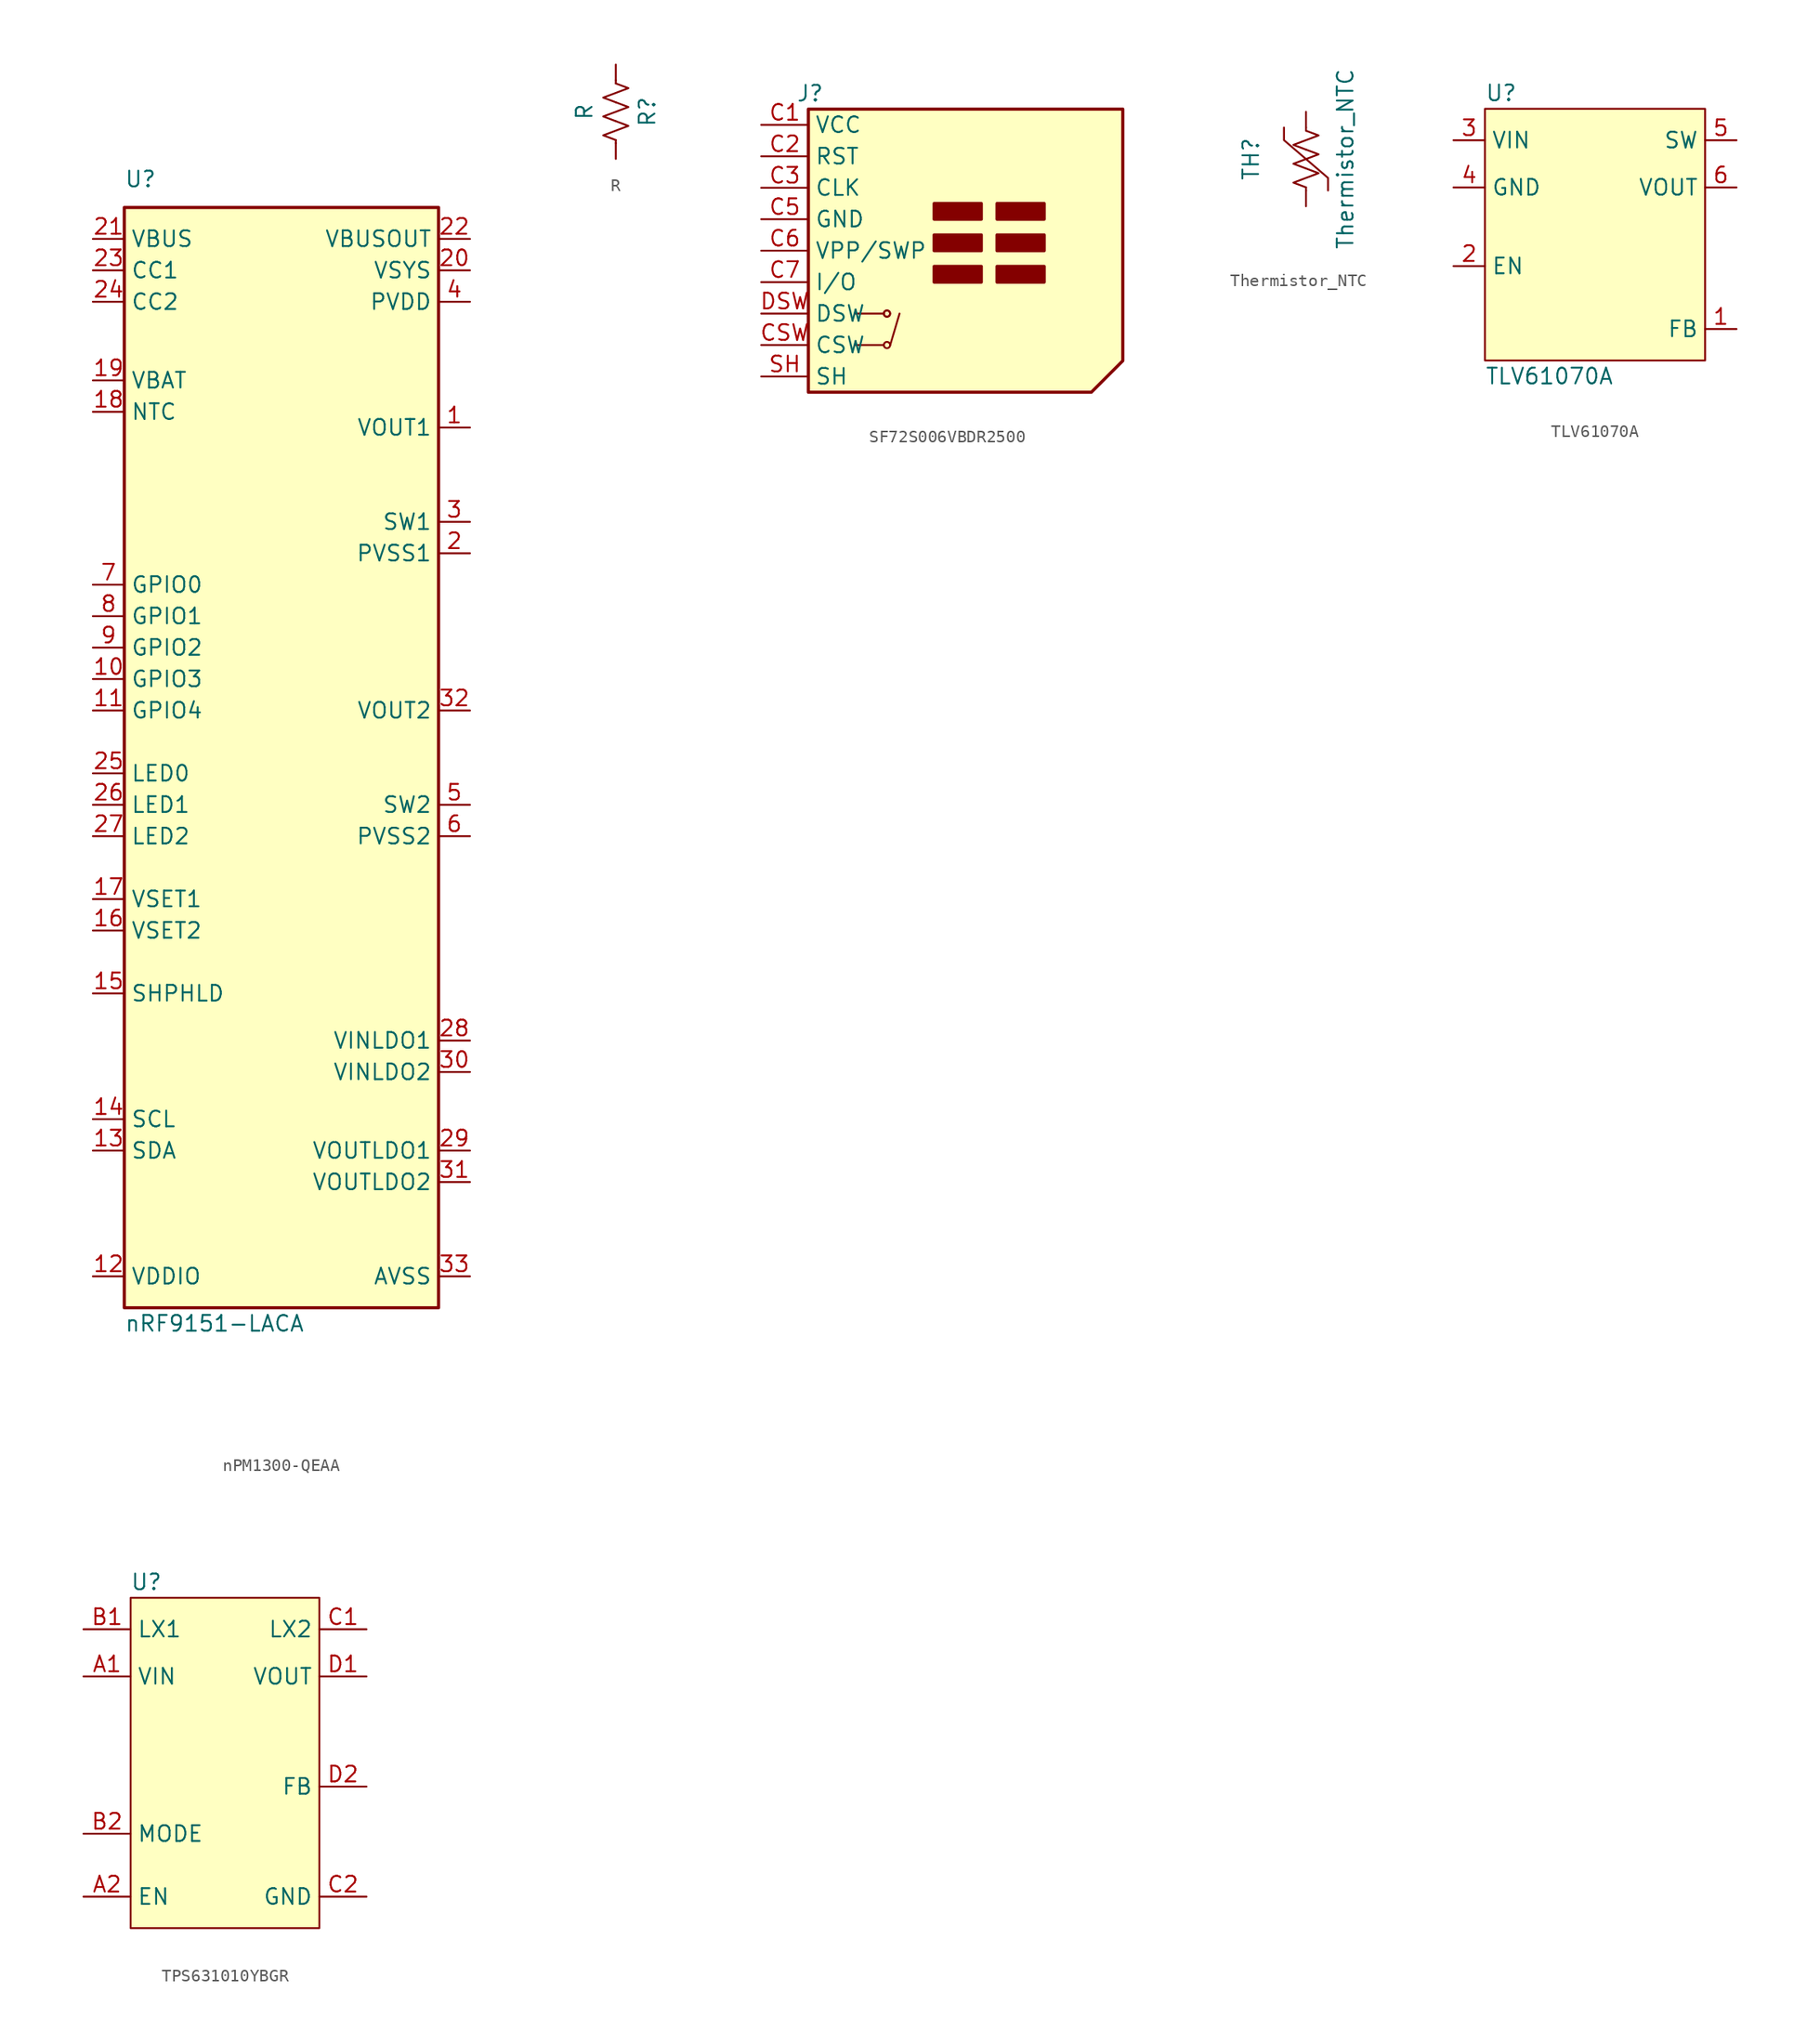
<source format=kicad_sym>
(kicad_symbol_lib
  (version 20241209)
  (generator "kicad_symbol_editor")
  (generator_version "9.0")
  (symbol "nPM1300-QEAA"
    (property "Reference" "U"
      (at -12.7 46.736 0)
      (effects (font (size 1.27 1.27)) (justify left)))
    (property "Value" "nRF9151-LACA"
      (at -12.7 -45.72 0)
      (effects (font (size 1.27 1.27)) (justify left)))
    (symbol "nPM1300-QEAA_1_1"
      (rectangle (start -12.7 44.45) (end 12.7 -44.45) (stroke (width 0.254) (type default)) (fill (type background)))
      (pin power_in line (at -15.24 41.91 0) (length 2.54) (name "VBUS" (effects (font (size 1.27 1.27)))) (number "21" (effects (font (size 1.27 1.27)))))
      (pin bidirectional line (at -15.24 39.37 0) (length 2.54) (name "CC1" (effects (font (size 1.27 1.27)))) (number "23" (effects (font (size 1.27 1.27)))))
      (pin bidirectional line (at -15.24 36.83 0) (length 2.54) (name "CC2" (effects (font (size 1.27 1.27)))) (number "24" (effects (font (size 1.27 1.27)))))
      (pin bidirectional line (at -15.24 30.48 0) (length 2.54) (name "VBAT" (effects (font (size 1.27 1.27)))) (number "19" (effects (font (size 1.27 1.27)))))
      (pin input line (at -15.24 27.94 0) (length 2.54) (name "NTC" (effects (font (size 1.27 1.27)))) (number "18" (effects (font (size 1.27 1.27)))))
      (pin bidirectional line (at -15.24 13.97 0) (length 2.54) (name "GPIO0" (effects (font (size 1.27 1.27)))) (number "7" (effects (font (size 1.27 1.27)))))
      (pin bidirectional line (at -15.24 11.43 0) (length 2.54) (name "GPIO1" (effects (font (size 1.27 1.27)))) (number "8" (effects (font (size 1.27 1.27)))))
      (pin bidirectional line (at -15.24 8.89 0) (length 2.54) (name "GPIO2" (effects (font (size 1.27 1.27)))) (number "9" (effects (font (size 1.27 1.27)))))
      (pin bidirectional line (at -15.24 6.35 0) (length 2.54) (name "GPIO3" (effects (font (size 1.27 1.27)))) (number "10" (effects (font (size 1.27 1.27)))))
      (pin bidirectional line (at -15.24 3.81 0) (length 2.54) (name "GPIO4" (effects (font (size 1.27 1.27)))) (number "11" (effects (font (size 1.27 1.27)))))
      (pin output line (at -15.24 -1.27 0) (length 2.54) (name "LED0" (effects (font (size 1.27 1.27)))) (number "25" (effects (font (size 1.27 1.27)))))
      (pin output line (at -15.24 -3.81 0) (length 2.54) (name "LED1" (effects (font (size 1.27 1.27)))) (number "26" (effects (font (size 1.27 1.27)))))
      (pin output line (at -15.24 -6.35 0) (length 2.54) (name "LED2" (effects (font (size 1.27 1.27)))) (number "27" (effects (font (size 1.27 1.27)))))
      (pin input line (at -15.24 -11.43 0) (length 2.54) (name "VSET1" (effects (font (size 1.27 1.27)))) (number "17" (effects (font (size 1.27 1.27)))))
      (pin input line (at -15.24 -13.97 0) (length 2.54) (name "VSET2" (effects (font (size 1.27 1.27)))) (number "16" (effects (font (size 1.27 1.27)))))
      (pin input line (at -15.24 -19.05 0) (length 2.54) (name "SHPHLD" (effects (font (size 1.27 1.27)))) (number "15" (effects (font (size 1.27 1.27)))))
      (pin input line (at -15.24 -29.21 0) (length 2.54) (name "SCL" (effects (font (size 1.27 1.27)))) (number "14" (effects (font (size 1.27 1.27)))))
      (pin bidirectional line (at -15.24 -31.75 0) (length 2.54) (name "SDA" (effects (font (size 1.27 1.27)))) (number "13" (effects (font (size 1.27 1.27)))))
      (pin power_in line (at -15.24 -41.91 0) (length 2.54) (name "VDDIO" (effects (font (size 1.27 1.27)))) (number "12" (effects (font (size 1.27 1.27)))))
      (pin power_out line (at 15.24 41.91 180) (length 2.54) (name "VBUSOUT" (effects (font (size 1.27 1.27)))) (number "22" (effects (font (size 1.27 1.27)))))
      (pin power_out line (at 15.24 39.37 180) (length 2.54) (name "VSYS" (effects (font (size 1.27 1.27)))) (number "20" (effects (font (size 1.27 1.27)))))
      (pin power_out line (at 15.24 36.83 180) (length 2.54) (name "PVDD" (effects (font (size 1.27 1.27)))) (number "4" (effects (font (size 1.27 1.27)))))
      (pin power_out line (at 15.24 26.67 180) (length 2.54) (name "VOUT1" (effects (font (size 1.27 1.27)))) (number "1" (effects (font (size 1.27 1.27)))))
      (pin bidirectional line (at 15.24 19.05 180) (length 2.54) (name "SW1" (effects (font (size 1.27 1.27)))) (number "3" (effects (font (size 1.27 1.27)))))
      (pin power_in line (at 15.24 16.51 180) (length 2.54) (name "PVSS1" (effects (font (size 1.27 1.27)))) (number "2" (effects (font (size 1.27 1.27)))))
      (pin bidirectional line (at 15.24 3.81 180) (length 2.54) (name "VOUT2" (effects (font (size 1.27 1.27)))) (number "32" (effects (font (size 1.27 1.27)))))
      (pin bidirectional line (at 15.24 -3.81 180) (length 2.54) (name "SW2" (effects (font (size 1.27 1.27)))) (number "5" (effects (font (size 1.27 1.27)))))
      (pin power_in line (at 15.24 -6.35 180) (length 2.54) (name "PVSS2" (effects (font (size 1.27 1.27)))) (number "6" (effects (font (size 1.27 1.27)))))
      (pin power_in line (at 15.24 -22.86 180) (length 2.54) (name "VINLDO1" (effects (font (size 1.27 1.27)))) (number "28" (effects (font (size 1.27 1.27)))))
      (pin power_in line (at 15.24 -25.4 180) (length 2.54) (name "VINLDO2" (effects (font (size 1.27 1.27)))) (number "30" (effects (font (size 1.27 1.27)))))
      (pin power_out line (at 15.24 -31.75 180) (length 2.54) (name "VOUTLDO1" (effects (font (size 1.27 1.27)))) (number "29" (effects (font (size 1.27 1.27)))))
      (pin power_out line (at 15.24 -34.29 180) (length 2.54) (name "VOUTLDO2" (effects (font (size 1.27 1.27)))) (number "31" (effects (font (size 1.27 1.27)))))
      (pin bidirectional line (at 15.24 -41.91 180) (length 2.54) (name "AVSS" (effects (font (size 1.27 1.27)))) (number "33" (effects (font (size 1.27 1.27)))))))
  (symbol "R"
    (pin_numbers
      (hide yes))
    (pin_names
      (offset 0))
    (property "Reference" "R"
      (at 2.54 0 90)
      (effects (font (size 1.27 1.27))))
    (property "Value" "R"
      (at -2.54 0 90)
      (effects (font (size 1.27 1.27))))
    (symbol "R_0_1"
      (polyline (pts (xy 0 2.286) (xy 0 2.54)) (stroke (width 0) (type default)) (fill (type none)))
      (polyline (pts (xy 0 2.286) (xy 1.016 1.905) (xy 0 1.524) (xy -1.016 1.143) (xy 0 0.762)) (stroke (width 0) (type default)) (fill (type none)))
      (polyline (pts (xy 0 0.762) (xy 1.016 0.381) (xy 0 0) (xy -1.016 -0.381) (xy 0 -0.762)) (stroke (width 0) (type default)) (fill (type none)))
      (polyline (pts (xy 0 -0.762) (xy 1.016 -1.143) (xy 0 -1.524) (xy -1.016 -1.905) (xy 0 -2.286)) (stroke (width 0) (type default)) (fill (type none)))
      (polyline (pts (xy 0 -2.286) (xy 0 -2.54)) (stroke (width 0) (type default)) (fill (type none))))
    (symbol "R_1_1"
      (pin passive line (at 0 3.81 270) (length 1.27) (name "~" (effects (font (size 1.27 1.27)))) (number "1" (effects (font (size 1.27 1.27)))))
      (pin passive line (at 0 -3.81 90) (length 1.27) (name "~" (effects (font (size 1.27 1.27)))) (number "2" (effects (font (size 1.27 1.27)))))))
  (symbol "SF72S006VBDR2500"
    (property "Reference" "J"
      (at 5.08 12.7 0)
      (effects (font (size 1.27 1.27)) (justify right)))
    (property "Value" ""
      (at 30.48 12.7 0)
      (effects (font (size 1.27 1.27)) (justify right)))
    (symbol "SF72S006VBDR2500_0_1"
      (polyline (pts (xy 3.81 11.43) (xy 3.81 -11.43) (xy 26.67 -11.43) (xy 29.21 -8.89) (xy 29.21 11.43) (xy 3.81 11.43)) (stroke (width 0.254) (type default)) (fill (type background)))
      (polyline (pts (xy 7.62 -5.08) (xy 9.906 -5.08)) (stroke (width 0) (type default)) (fill (type none)))
      (polyline (pts (xy 7.62 -7.62) (xy 9.906 -7.62)) (stroke (width 0) (type default)) (fill (type none)))
      (circle (center 10.16 -5.08) (radius 0.254) (stroke (width 0) (type default)) (fill (type none)))
      (circle (center 10.16 -5.08) (radius 0.254) (stroke (width 0) (type default)) (fill (type none)))
      (circle (center 10.16 -7.62) (radius 0.254) (stroke (width 0.152) (type default)) (fill (type none)))
      (polyline (pts (xy 10.422 -7.62) (xy 11.176 -5.08)) (stroke (width 0) (type default)) (fill (type none)))
      (rectangle (start 13.97 2.54) (end 17.78 3.81) (stroke (width 0.254) (type default)) (fill (type outline)))
      (rectangle (start 13.97 0) (end 17.78 1.27) (stroke (width 0.254) (type default)) (fill (type outline)))
      (rectangle (start 13.97 -2.54) (end 17.78 -1.27) (stroke (width 0.254) (type default)) (fill (type outline)))
      (rectangle (start 19.05 2.54) (end 22.86 3.81) (stroke (width 0.254) (type default)) (fill (type outline)))
      (rectangle (start 19.05 0) (end 22.86 1.27) (stroke (width 0.254) (type default)) (fill (type outline)))
      (rectangle (start 19.05 -1.27) (end 22.86 -2.54) (stroke (width 0.254) (type default)) (fill (type outline))))
    (symbol "SF72S006VBDR2500_1_1"
      (pin power_in line (at 0 10.16 0) (length 3.81) (name "VCC" (effects (font (size 1.27 1.27)))) (number "C1" (effects (font (size 1.27 1.27)))))
      (pin input line (at 0 7.62 0) (length 3.81) (name "RST" (effects (font (size 1.27 1.27)))) (number "C2" (effects (font (size 1.27 1.27)))))
      (pin input line (at 0 5.08 0) (length 3.81) (name "CLK" (effects (font (size 1.27 1.27)))) (number "C3" (effects (font (size 1.27 1.27)))))
      (pin power_in line (at 0 2.54 0) (length 3.81) (name "GND" (effects (font (size 1.27 1.27)))) (number "C5" (effects (font (size 1.27 1.27)))))
      (pin bidirectional line (at 0 0 0) (length 3.81) (name "VPP/SWP" (effects (font (size 1.27 1.27)))) (number "C6" (effects (font (size 1.27 1.27)))))
      (pin bidirectional line (at 0 -2.54 0) (length 3.81) (name "I/O" (effects (font (size 1.27 1.27)))) (number "C7" (effects (font (size 1.27 1.27)))))
      (pin passive line (at 0 -5.08 0) (length 3.81) (name "DSW" (effects (font (size 1.27 1.27)))) (number "DSW" (effects (font (size 1.27 1.27)))))
      (pin passive line (at 0 -7.62 0) (length 3.81) (name "CSW" (effects (font (size 1.27 1.27)))) (number "CSW" (effects (font (size 1.27 1.27)))))
      (pin passive line (at 0 -10.16 0) (length 3.81) (name "SH" (effects (font (size 1.27 1.27)))) (number "SH" (effects (font (size 1.27 1.27)))))))
  (symbol "Thermistor_NTC"
    (pin_numbers
      (hide yes))
    (pin_names
      (offset 0))
    (property "Reference" "TH"
      (at -4.445 0 90)
      (effects (font (size 1.27 1.27))))
    (property "Value" "Thermistor_NTC"
      (at 3.175 0 90)
      (effects (font (size 1.27 1.27))))
    (symbol "Thermistor_NTC_0_1"
      (polyline (pts (xy -1.778 2.54) (xy -1.778 1.524) (xy 1.778 -1.524) (xy 1.778 -2.54)) (stroke (width 0) (type default)) (fill (type none)))
      (polyline (pts (xy 0 2.286) (xy 0 2.54)) (stroke (width 0) (type default)) (fill (type none)))
      (polyline (pts (xy 0 2.286) (xy 1.016 1.905) (xy 0 1.524) (xy -1.016 1.143) (xy 0 0.762)) (stroke (width 0) (type default)) (fill (type none)))
      (polyline (pts (xy 0 0.762) (xy 1.016 0.381) (xy 0 0) (xy -1.016 -0.381) (xy 0 -0.762)) (stroke (width 0) (type default)) (fill (type none)))
      (polyline (pts (xy 0 -0.762) (xy 1.016 -1.143) (xy 0 -1.524) (xy -1.016 -1.905) (xy 0 -2.286)) (stroke (width 0) (type default)) (fill (type none)))
      (polyline (pts (xy 0 -2.286) (xy 0 -2.54)) (stroke (width 0) (type default)) (fill (type none))))
    (symbol "Thermistor_NTC_1_1"
      (pin passive line (at 0 3.81 270) (length 1.27) (name "~" (effects (font (size 1.27 1.27)))) (number "1" (effects (font (size 1.27 1.27)))))
      (pin passive line (at 0 -3.81 90) (length 1.27) (name "~" (effects (font (size 1.27 1.27)))) (number "2" (effects (font (size 1.27 1.27)))))))
  (symbol "TLV61070A"
    (property "Reference" "U"
      (at 0 1.27 0)
      (effects (font (size 1.27 1.27)) (justify left)))
    (property "Value" "TLV61070A"
      (at 0 -21.59 0)
      (effects (font (size 1.27 1.27)) (justify left)))
    (symbol "TLV61070A_1_1"
      (rectangle (start 0 0) (end 17.78 -20.32) (stroke (width 0) (type default)) (fill (type background)))
      (pin input line (at -2.54 -2.54 0) (length 2.54) (name "VIN" (effects (font (size 1.27 1.27)))) (number "3" (effects (font (size 1.27 1.27)))))
      (pin power_in line (at -2.54 -6.35 0) (length 2.54) (name "GND" (effects (font (size 1.27 1.27)))) (number "4" (effects (font (size 1.27 1.27)))))
      (pin input line (at -2.54 -12.7 0) (length 2.54) (name "EN" (effects (font (size 1.27 1.27)))) (number "2" (effects (font (size 1.27 1.27)))))
      (pin bidirectional line (at 20.32 -2.54 180) (length 2.54) (name "SW" (effects (font (size 1.27 1.27)))) (number "5" (effects (font (size 1.27 1.27)))))
      (pin power_in line (at 20.32 -6.35 180) (length 2.54) (name "VOUT" (effects (font (size 1.27 1.27)))) (number "6" (effects (font (size 1.27 1.27)))))
      (pin input line (at 20.32 -17.78 180) (length 2.54) (name "FB" (effects (font (size 1.27 1.27)))) (number "1" (effects (font (size 1.27 1.27)))))))
  (symbol "TPS631010YBGR"
    (property "Reference" "U"
      (at 1.27 1.27 0)
      (effects (font (size 1.27 1.27))))
    (property "Value" ""
      (at 0 1.27 0)
      (effects (font (size 1.27 1.27))))
    (symbol "TPS631010YBGR_1_1"
      (rectangle (start 0 0) (end 15.24 -26.67) (stroke (width 0) (type default)) (fill (type background)))
      (pin passive line (at -3.81 -2.54 0) (length 3.81) (name "LX1" (effects (font (size 1.27 1.27)))) (number "B1" (effects (font (size 1.27 1.27)))))
      (pin passive line (at -3.81 -6.35 0) (length 3.81) (name "VIN" (effects (font (size 1.27 1.27)))) (number "A1" (effects (font (size 1.27 1.27)))))
      (pin passive line (at -3.81 -19.05 0) (length 3.81) (name "MODE" (effects (font (size 1.27 1.27)))) (number "B2" (effects (font (size 1.27 1.27)))))
      (pin passive line (at -3.81 -24.13 0) (length 3.81) (name "EN" (effects (font (size 1.27 1.27)))) (number "A2" (effects (font (size 1.27 1.27)))))
      (pin passive line (at 19.05 -2.54 180) (length 3.81) (name "LX2" (effects (font (size 1.27 1.27)))) (number "C1" (effects (font (size 1.27 1.27)))))
      (pin passive line (at 19.05 -6.35 180) (length 3.81) (name "VOUT" (effects (font (size 1.27 1.27)))) (number "D1" (effects (font (size 1.27 1.27)))))
      (pin passive line (at 19.05 -15.24 180) (length 3.81) (name "FB" (effects (font (size 1.27 1.27)))) (number "D2" (effects (font (size 1.27 1.27)))))
      (pin passive line (at 19.05 -24.13 180) (length 3.81) (name "GND" (effects (font (size 1.27 1.27)))) (number "C2" (effects (font (size 1.27 1.27))))))))
</source>
